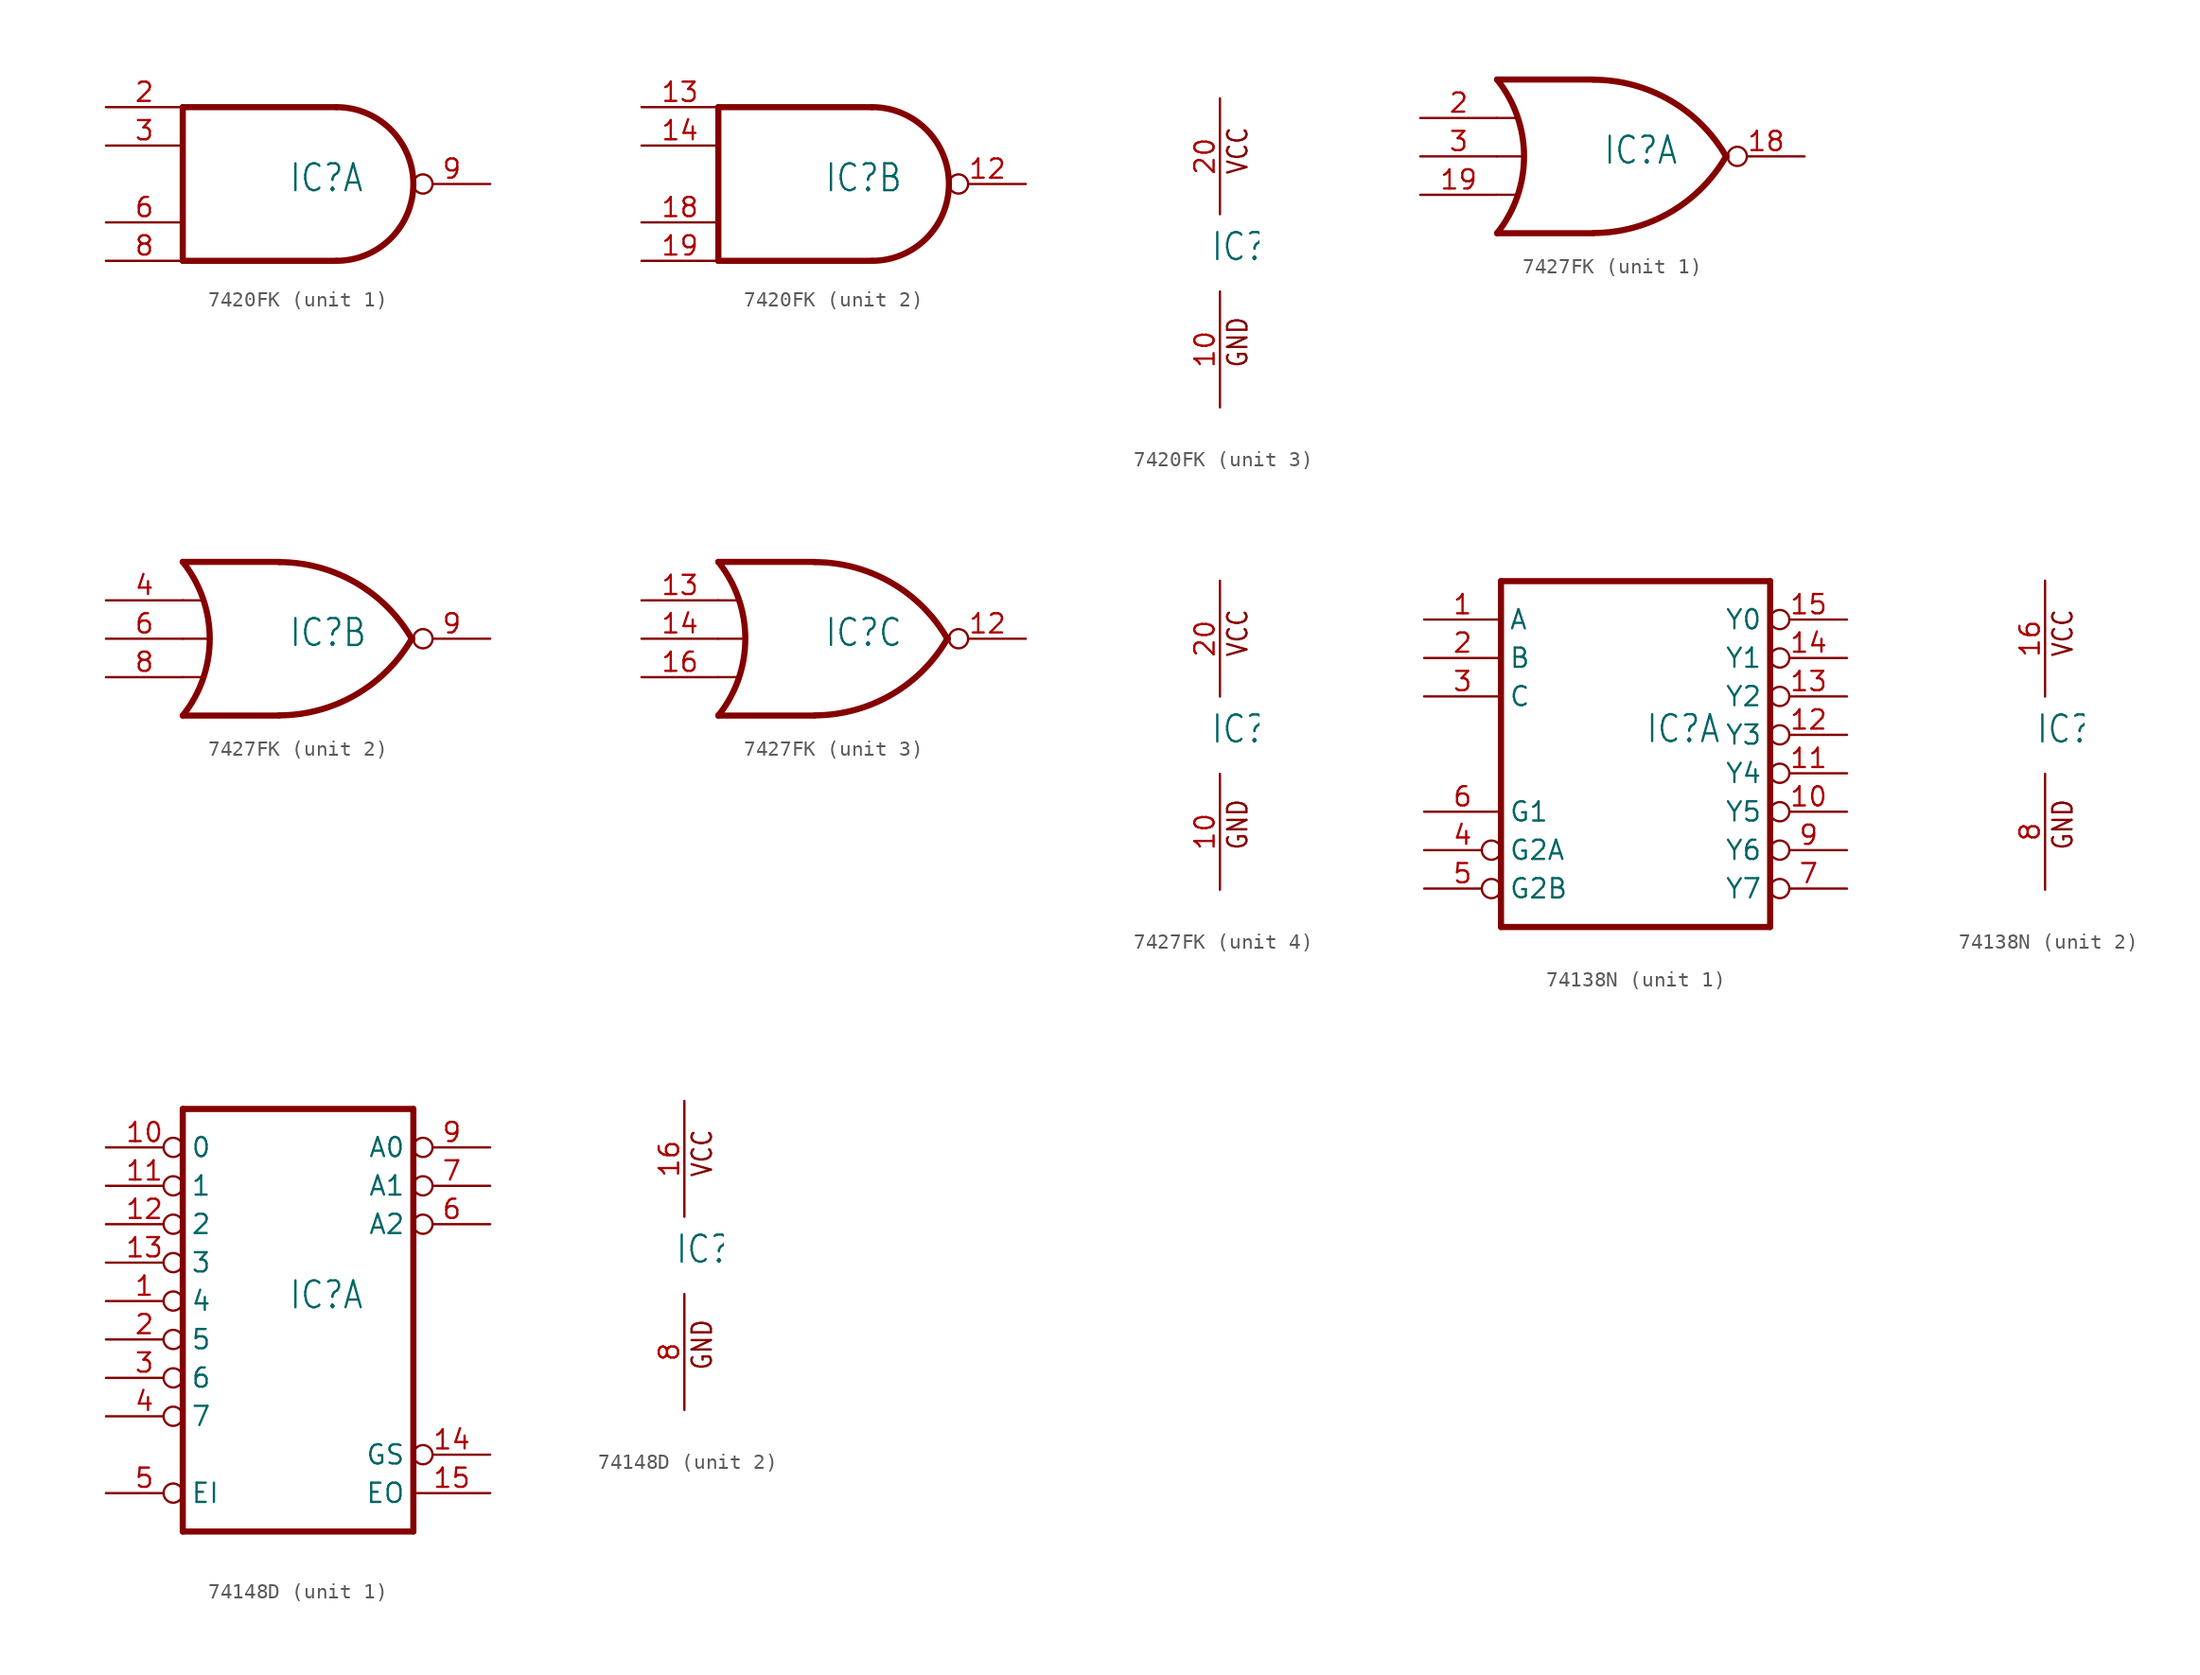
<source format=kicad_sym>
(kicad_symbol_lib
  (version 20231120)
  (generator "kicad_symbol_editor")
  (generator_version "8.0")
  (symbol "7420FK"
    (property "Reference" "IC"
      (at -0.635 -0.635 0)
      (effects (font (size 1.778 1.511)) (justify left bottom)))
    (property "ki_locked" ""
      (at 0 0 0)
      (effects (font (size 1.27 1.27))))
    (symbol "7420FK_1_0"
      (polyline (pts (xy -7.62 -5.08) (xy 2.54 -5.08)) (stroke (width 0.406) (type solid)) (fill (type none)))
      (polyline (pts (xy -7.62 5.08) (xy -7.62 -5.08)) (stroke (width 0.406) (type solid)) (fill (type none)))
      (polyline (pts (xy 2.54 5.08) (xy -7.62 5.08)) (stroke (width 0.406) (type solid)) (fill (type none)))
      (arc (start 2.5398 -5.08) (mid 7.5977 -0.0001) (end 2.54 5.08) (stroke (width 0.4064) (type solid)) (fill (type none)))
      (pin input line (at -12.7 5.08 0) (length 5.08) (name "I0" (effects (font (size 0 0)))) (number "2" (effects (font (size 1.27 1.27)))))
      (pin input line (at -12.7 2.54 0) (length 5.08) (name "I1" (effects (font (size 0 0)))) (number "3" (effects (font (size 1.27 1.27)))))
      (pin input line (at -12.7 -2.54 0) (length 5.08) (name "I2" (effects (font (size 0 0)))) (number "6" (effects (font (size 1.27 1.27)))))
      (pin input line (at -12.7 -5.08 0) (length 5.08) (name "I3" (effects (font (size 0 0)))) (number "8" (effects (font (size 1.27 1.27)))))
      (pin output inverted (at 12.7 0 180) (length 5.08) (name "O" (effects (font (size 0 0)))) (number "9" (effects (font (size 1.27 1.27))))))
    (symbol "7420FK_2_0"
      (polyline (pts (xy -7.62 -5.08) (xy 2.54 -5.08)) (stroke (width 0.406) (type solid)) (fill (type none)))
      (polyline (pts (xy -7.62 5.08) (xy -7.62 -5.08)) (stroke (width 0.406) (type solid)) (fill (type none)))
      (polyline (pts (xy 2.54 5.08) (xy -7.62 5.08)) (stroke (width 0.406) (type solid)) (fill (type none)))
      (arc (start 2.5398 -5.08) (mid 7.5977 -0.0001) (end 2.54 5.08) (stroke (width 0.4064) (type solid)) (fill (type none)))
      (pin output inverted (at 12.7 0 180) (length 5.08) (name "O" (effects (font (size 0 0)))) (number "12" (effects (font (size 1.27 1.27)))))
      (pin input line (at -12.7 5.08 0) (length 5.08) (name "I0" (effects (font (size 0 0)))) (number "13" (effects (font (size 1.27 1.27)))))
      (pin input line (at -12.7 2.54 0) (length 5.08) (name "I1" (effects (font (size 0 0)))) (number "14" (effects (font (size 1.27 1.27)))))
      (pin input line (at -12.7 -2.54 0) (length 5.08) (name "I2" (effects (font (size 0 0)))) (number "18" (effects (font (size 1.27 1.27)))))
      (pin input line (at -12.7 -5.08 0) (length 5.08) (name "I3" (effects (font (size 0 0)))) (number "19" (effects (font (size 1.27 1.27))))))
    (symbol "7420FK_3_0"
      (text "GND" (at 1.905 -7.62 900) (effects (font (size 1.27 1.079)) (justify left bottom)))
      (text "VCC" (at 1.905 5.08 900) (effects (font (size 1.27 1.079)) (justify left bottom)))
      (pin power_in line (at 0 -10.16 90) (length 7.62) (name "GND" (effects (font (size 0 0)))) (number "10" (effects (font (size 1.27 1.27)))))
      (pin power_in line (at 0 10.16 270) (length 7.62) (name "VCC" (effects (font (size 0 0)))) (number "20" (effects (font (size 1.27 1.27)))))))
  (symbol "7427FK"
    (property "Reference" "IC"
      (at -0.635 -0.635 0)
      (effects (font (size 1.778 1.511)) (justify left bottom)))
    (property "ki_locked" ""
      (at 0 0 0)
      (effects (font (size 1.27 1.27))))
    (symbol "7427FK_1_0"
      (arc (start -7.6199 -5.0799) (mid -5.838 0.0001) (end -7.62 5.08) (stroke (width 0.4064) (type solid)) (fill (type none)))
      (arc (start -1.2446 -5.0678) (mid 3.8371 -3.6891) (end 7.5439 0.0506) (stroke (width 0.4064) (type solid)) (fill (type none)))
      (polyline (pts (xy -7.62 -2.54) (xy -6.35 -2.54)) (stroke (width 0.152) (type solid)) (fill (type none)))
      (polyline (pts (xy -7.62 0) (xy -5.842 0)) (stroke (width 0.152) (type solid)) (fill (type none)))
      (polyline (pts (xy -7.62 2.54) (xy -6.35 2.54)) (stroke (width 0.152) (type solid)) (fill (type none)))
      (polyline (pts (xy -1.27 -5.08) (xy -7.62 -5.08)) (stroke (width 0.406) (type solid)) (fill (type none)))
      (polyline (pts (xy -1.27 5.08) (xy -7.62 5.08)) (stroke (width 0.406) (type solid)) (fill (type none)))
      (arc (start 7.5441 -0.0504) (mid 3.8372 3.6892) (end -1.2446 5.0678) (stroke (width 0.4064) (type solid)) (fill (type none)))
      (pin output inverted (at 12.7 0 180) (length 5.08) (name "O" (effects (font (size 0 0)))) (number "18" (effects (font (size 1.27 1.27)))))
      (pin input line (at -12.7 -2.54 0) (length 5.08) (name "I2" (effects (font (size 0 0)))) (number "19" (effects (font (size 1.27 1.27)))))
      (pin input line (at -12.7 2.54 0) (length 5.08) (name "I0" (effects (font (size 0 0)))) (number "2" (effects (font (size 1.27 1.27)))))
      (pin input line (at -12.7 0 0) (length 5.08) (name "I1" (effects (font (size 0 0)))) (number "3" (effects (font (size 1.27 1.27))))))
    (symbol "7427FK_2_0"
      (arc (start -7.6199 -5.0799) (mid -5.838 0.0001) (end -7.62 5.08) (stroke (width 0.4064) (type solid)) (fill (type none)))
      (arc (start -1.2446 -5.0678) (mid 3.8371 -3.6891) (end 7.5439 0.0506) (stroke (width 0.4064) (type solid)) (fill (type none)))
      (polyline (pts (xy -7.62 -2.54) (xy -6.35 -2.54)) (stroke (width 0.152) (type solid)) (fill (type none)))
      (polyline (pts (xy -7.62 0) (xy -5.842 0)) (stroke (width 0.152) (type solid)) (fill (type none)))
      (polyline (pts (xy -7.62 2.54) (xy -6.35 2.54)) (stroke (width 0.152) (type solid)) (fill (type none)))
      (polyline (pts (xy -1.27 -5.08) (xy -7.62 -5.08)) (stroke (width 0.406) (type solid)) (fill (type none)))
      (polyline (pts (xy -1.27 5.08) (xy -7.62 5.08)) (stroke (width 0.406) (type solid)) (fill (type none)))
      (arc (start 7.5441 -0.0504) (mid 3.8372 3.6892) (end -1.2446 5.0678) (stroke (width 0.4064) (type solid)) (fill (type none)))
      (pin input line (at -12.7 2.54 0) (length 5.08) (name "I0" (effects (font (size 0 0)))) (number "4" (effects (font (size 1.27 1.27)))))
      (pin input line (at -12.7 0 0) (length 5.08) (name "I1" (effects (font (size 0 0)))) (number "6" (effects (font (size 1.27 1.27)))))
      (pin input line (at -12.7 -2.54 0) (length 5.08) (name "I2" (effects (font (size 0 0)))) (number "8" (effects (font (size 1.27 1.27)))))
      (pin output inverted (at 12.7 0 180) (length 5.08) (name "O" (effects (font (size 0 0)))) (number "9" (effects (font (size 1.27 1.27))))))
    (symbol "7427FK_3_0"
      (arc (start -7.6199 -5.0799) (mid -5.838 0.0001) (end -7.62 5.08) (stroke (width 0.4064) (type solid)) (fill (type none)))
      (arc (start -1.2446 -5.0678) (mid 3.8371 -3.6891) (end 7.5439 0.0506) (stroke (width 0.4064) (type solid)) (fill (type none)))
      (polyline (pts (xy -7.62 -2.54) (xy -6.35 -2.54)) (stroke (width 0.152) (type solid)) (fill (type none)))
      (polyline (pts (xy -7.62 0) (xy -5.842 0)) (stroke (width 0.152) (type solid)) (fill (type none)))
      (polyline (pts (xy -7.62 2.54) (xy -6.35 2.54)) (stroke (width 0.152) (type solid)) (fill (type none)))
      (polyline (pts (xy -1.27 -5.08) (xy -7.62 -5.08)) (stroke (width 0.406) (type solid)) (fill (type none)))
      (polyline (pts (xy -1.27 5.08) (xy -7.62 5.08)) (stroke (width 0.406) (type solid)) (fill (type none)))
      (arc (start 7.5441 -0.0504) (mid 3.8372 3.6892) (end -1.2446 5.0678) (stroke (width 0.4064) (type solid)) (fill (type none)))
      (pin output inverted (at 12.7 0 180) (length 5.08) (name "O" (effects (font (size 0 0)))) (number "12" (effects (font (size 1.27 1.27)))))
      (pin input line (at -12.7 2.54 0) (length 5.08) (name "I0" (effects (font (size 0 0)))) (number "13" (effects (font (size 1.27 1.27)))))
      (pin input line (at -12.7 0 0) (length 5.08) (name "I1" (effects (font (size 0 0)))) (number "14" (effects (font (size 1.27 1.27)))))
      (pin input line (at -12.7 -2.54 0) (length 5.08) (name "I2" (effects (font (size 0 0)))) (number "16" (effects (font (size 1.27 1.27))))))
    (symbol "7427FK_4_0"
      (text "GND" (at 1.905 -7.62 900) (effects (font (size 1.27 1.079)) (justify left bottom)))
      (text "VCC" (at 1.905 5.08 900) (effects (font (size 1.27 1.079)) (justify left bottom)))
      (pin power_in line (at 0 -10.16 90) (length 7.62) (name "GND" (effects (font (size 0 0)))) (number "10" (effects (font (size 1.27 1.27)))))
      (pin power_in line (at 0 10.16 270) (length 7.62) (name "VCC" (effects (font (size 0 0)))) (number "20" (effects (font (size 1.27 1.27)))))))
  (symbol "74138N"
    (property "Reference" "IC"
      (at -0.635 -0.635 0)
      (effects (font (size 1.778 1.511)) (justify left bottom)))
    (property "ki_locked" ""
      (at 0 0 0)
      (effects (font (size 1.27 1.27))))
    (symbol "74138N_1_0"
      (polyline (pts (xy -10.16 -12.7) (xy 7.62 -12.7)) (stroke (width 0.406) (type solid)) (fill (type none)))
      (polyline (pts (xy -10.16 10.16) (xy -10.16 -12.7)) (stroke (width 0.406) (type solid)) (fill (type none)))
      (polyline (pts (xy 7.62 -12.7) (xy 7.62 10.16)) (stroke (width 0.406) (type solid)) (fill (type none)))
      (polyline (pts (xy 7.62 10.16) (xy -10.16 10.16)) (stroke (width 0.406) (type solid)) (fill (type none)))
      (pin input line (at -15.24 7.62 0) (length 5.08) (name "A" (effects (font (size 1.27 1.27)))) (number "1" (effects (font (size 1.27 1.27)))))
      (pin output inverted (at 12.7 -5.08 180) (length 5.08) (name "Y5" (effects (font (size 1.27 1.27)))) (number "10" (effects (font (size 1.27 1.27)))))
      (pin output inverted (at 12.7 -2.54 180) (length 5.08) (name "Y4" (effects (font (size 1.27 1.27)))) (number "11" (effects (font (size 1.27 1.27)))))
      (pin output inverted (at 12.7 0 180) (length 5.08) (name "Y3" (effects (font (size 1.27 1.27)))) (number "12" (effects (font (size 1.27 1.27)))))
      (pin output inverted (at 12.7 2.54 180) (length 5.08) (name "Y2" (effects (font (size 1.27 1.27)))) (number "13" (effects (font (size 1.27 1.27)))))
      (pin output inverted (at 12.7 5.08 180) (length 5.08) (name "Y1" (effects (font (size 1.27 1.27)))) (number "14" (effects (font (size 1.27 1.27)))))
      (pin output inverted (at 12.7 7.62 180) (length 5.08) (name "Y0" (effects (font (size 1.27 1.27)))) (number "15" (effects (font (size 1.27 1.27)))))
      (pin input line (at -15.24 5.08 0) (length 5.08) (name "B" (effects (font (size 1.27 1.27)))) (number "2" (effects (font (size 1.27 1.27)))))
      (pin input line (at -15.24 2.54 0) (length 5.08) (name "C" (effects (font (size 1.27 1.27)))) (number "3" (effects (font (size 1.27 1.27)))))
      (pin input inverted (at -15.24 -7.62 0) (length 5.08) (name "G2A" (effects (font (size 1.27 1.27)))) (number "4" (effects (font (size 1.27 1.27)))))
      (pin input inverted (at -15.24 -10.16 0) (length 5.08) (name "G2B" (effects (font (size 1.27 1.27)))) (number "5" (effects (font (size 1.27 1.27)))))
      (pin input line (at -15.24 -5.08 0) (length 5.08) (name "G1" (effects (font (size 1.27 1.27)))) (number "6" (effects (font (size 1.27 1.27)))))
      (pin output inverted (at 12.7 -10.16 180) (length 5.08) (name "Y7" (effects (font (size 1.27 1.27)))) (number "7" (effects (font (size 1.27 1.27)))))
      (pin output inverted (at 12.7 -7.62 180) (length 5.08) (name "Y6" (effects (font (size 1.27 1.27)))) (number "9" (effects (font (size 1.27 1.27))))))
    (symbol "74138N_2_0"
      (text "GND" (at 1.905 -7.62 900) (effects (font (size 1.27 1.079)) (justify left bottom)))
      (text "VCC" (at 1.905 5.08 900) (effects (font (size 1.27 1.079)) (justify left bottom)))
      (pin power_in line (at 0 10.16 270) (length 7.62) (name "VCC" (effects (font (size 0 0)))) (number "16" (effects (font (size 1.27 1.27)))))
      (pin power_in line (at 0 -10.16 90) (length 7.62) (name "GND" (effects (font (size 0 0)))) (number "8" (effects (font (size 1.27 1.27)))))))
  (symbol "74148D"
    (property "Reference" "IC"
      (at -0.635 -0.635 0)
      (effects (font (size 1.778 1.511)) (justify left bottom)))
    (property "ki_locked" ""
      (at 0 0 0)
      (effects (font (size 1.27 1.27))))
    (symbol "74148D_1_0"
      (polyline (pts (xy -7.62 -15.24) (xy 7.62 -15.24)) (stroke (width 0.406) (type solid)) (fill (type none)))
      (polyline (pts (xy -7.62 12.7) (xy -7.62 -15.24)) (stroke (width 0.406) (type solid)) (fill (type none)))
      (polyline (pts (xy 7.62 -15.24) (xy 7.62 12.7)) (stroke (width 0.406) (type solid)) (fill (type none)))
      (polyline (pts (xy 7.62 12.7) (xy -7.62 12.7)) (stroke (width 0.406) (type solid)) (fill (type none)))
      (pin input inverted (at -12.7 0 0) (length 5.08) (name "4" (effects (font (size 1.27 1.27)))) (number "1" (effects (font (size 1.27 1.27)))))
      (pin input inverted (at -12.7 10.16 0) (length 5.08) (name "0" (effects (font (size 1.27 1.27)))) (number "10" (effects (font (size 1.27 1.27)))))
      (pin input inverted (at -12.7 7.62 0) (length 5.08) (name "1" (effects (font (size 1.27 1.27)))) (number "11" (effects (font (size 1.27 1.27)))))
      (pin input inverted (at -12.7 5.08 0) (length 5.08) (name "2" (effects (font (size 1.27 1.27)))) (number "12" (effects (font (size 1.27 1.27)))))
      (pin input inverted (at -12.7 2.54 0) (length 5.08) (name "3" (effects (font (size 1.27 1.27)))) (number "13" (effects (font (size 1.27 1.27)))))
      (pin output inverted (at 12.7 -10.16 180) (length 5.08) (name "GS" (effects (font (size 1.27 1.27)))) (number "14" (effects (font (size 1.27 1.27)))))
      (pin output line (at 12.7 -12.7 180) (length 5.08) (name "EO" (effects (font (size 1.27 1.27)))) (number "15" (effects (font (size 1.27 1.27)))))
      (pin input inverted (at -12.7 -2.54 0) (length 5.08) (name "5" (effects (font (size 1.27 1.27)))) (number "2" (effects (font (size 1.27 1.27)))))
      (pin input inverted (at -12.7 -5.08 0) (length 5.08) (name "6" (effects (font (size 1.27 1.27)))) (number "3" (effects (font (size 1.27 1.27)))))
      (pin input inverted (at -12.7 -7.62 0) (length 5.08) (name "7" (effects (font (size 1.27 1.27)))) (number "4" (effects (font (size 1.27 1.27)))))
      (pin input inverted (at -12.7 -12.7 0) (length 5.08) (name "EI" (effects (font (size 1.27 1.27)))) (number "5" (effects (font (size 1.27 1.27)))))
      (pin output inverted (at 12.7 5.08 180) (length 5.08) (name "A2" (effects (font (size 1.27 1.27)))) (number "6" (effects (font (size 1.27 1.27)))))
      (pin output inverted (at 12.7 7.62 180) (length 5.08) (name "A1" (effects (font (size 1.27 1.27)))) (number "7" (effects (font (size 1.27 1.27)))))
      (pin output inverted (at 12.7 10.16 180) (length 5.08) (name "A0" (effects (font (size 1.27 1.27)))) (number "9" (effects (font (size 1.27 1.27))))))
    (symbol "74148D_2_0"
      (text "GND" (at 1.905 -7.62 900) (effects (font (size 1.27 1.079)) (justify left bottom)))
      (text "VCC" (at 1.905 5.08 900) (effects (font (size 1.27 1.079)) (justify left bottom)))
      (pin power_in line (at 0 10.16 270) (length 7.62) (name "VCC" (effects (font (size 0 0)))) (number "16" (effects (font (size 1.27 1.27)))))
      (pin power_in line (at 0 -10.16 90) (length 7.62) (name "GND" (effects (font (size 0 0)))) (number "8" (effects (font (size 1.27 1.27))))))))
</source>
